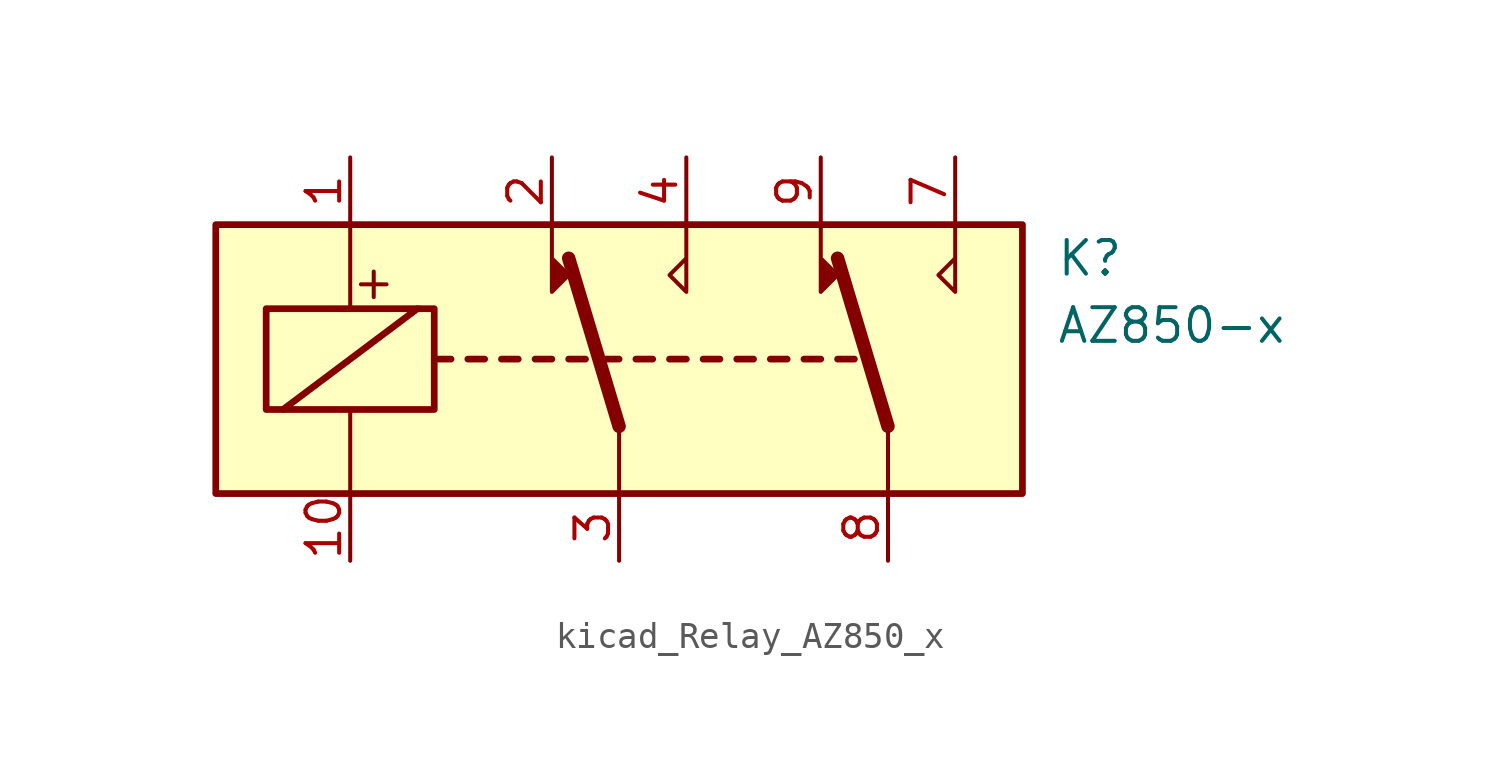
<source format=kicad_sym>
(kicad_symbol_lib
  (version 20220914)
  (generator kicad_symbol_editor)
  (symbol "kicad_Relay_AZ850_x"
    (property "Reference" "K"
      (at 16.51 3.81 0)
      (effects (font (size 1.27 1.27)) (justify left)))
    (property "Value" "AZ850-x"
      (at 16.51 1.27 0)
      (effects (font (size 1.27 1.27)) (justify left)))
    (symbol "kicad_Relay_AZ850_x_0_0"
      (text "+" (at -9.271 2.921 0) (effects (font (size 1.27 1.27)))))
    (symbol "kicad_Relay_AZ850_x_0_1"
      (rectangle (start -15.24 5.08) (end 15.24 -5.08) (stroke (width 0.254) (type default)) (fill (type background)))
      (rectangle (start -13.335 1.905) (end -6.985 -1.905) (stroke (width 0.254) (type default)) (fill (type none)))
      (polyline (pts (xy -12.7 -1.905) (xy -7.62 1.905)) (stroke (width 0.254) (type default)) (fill (type none)))
      (polyline (pts (xy -10.16 -5.08) (xy -10.16 -1.905)) (stroke (width 0) (type default)) (fill (type none)))
      (polyline (pts (xy -10.16 5.08) (xy -10.16 1.905)) (stroke (width 0) (type default)) (fill (type none)))
      (polyline (pts (xy -6.985 0) (xy -6.35 0)) (stroke (width 0.254) (type default)) (fill (type none)))
      (polyline (pts (xy -5.715 0) (xy -5.08 0)) (stroke (width 0.254) (type default)) (fill (type none)))
      (polyline (pts (xy -4.445 0) (xy -3.81 0)) (stroke (width 0.254) (type default)) (fill (type none)))
      (polyline (pts (xy -3.175 0) (xy -2.54 0)) (stroke (width 0.254) (type default)) (fill (type none)))
      (polyline (pts (xy -1.905 0) (xy -1.27 0)) (stroke (width 0.254) (type default)) (fill (type none)))
      (polyline (pts (xy -0.635 0) (xy 0 0)) (stroke (width 0.254) (type default)) (fill (type none)))
      (polyline (pts (xy 0 -2.54) (xy -1.905 3.81)) (stroke (width 0.508) (type default)) (fill (type none)))
      (polyline (pts (xy 0 -2.54) (xy 0 -5.08)) (stroke (width 0) (type default)) (fill (type none)))
      (polyline (pts (xy 0.635 0) (xy 1.27 0)) (stroke (width 0.254) (type default)) (fill (type none)))
      (polyline (pts (xy 1.905 0) (xy 2.54 0)) (stroke (width 0.254) (type default)) (fill (type none)))
      (polyline (pts (xy 3.175 0) (xy 3.81 0)) (stroke (width 0.254) (type default)) (fill (type none)))
      (polyline (pts (xy 4.445 0) (xy 5.08 0)) (stroke (width 0.254) (type default)) (fill (type none)))
      (polyline (pts (xy 5.715 0) (xy 6.35 0)) (stroke (width 0.254) (type default)) (fill (type none)))
      (polyline (pts (xy 6.985 0) (xy 7.62 0)) (stroke (width 0.254) (type default)) (fill (type none)))
      (polyline (pts (xy 8.255 0) (xy 8.89 0)) (stroke (width 0.254) (type default)) (fill (type none)))
      (polyline (pts (xy 10.16 -2.54) (xy 8.255 3.81)) (stroke (width 0.508) (type default)) (fill (type none)))
      (polyline (pts (xy 10.16 -2.54) (xy 10.16 -5.08)) (stroke (width 0) (type default)) (fill (type none)))
      (polyline (pts (xy -2.54 5.08) (xy -2.54 2.54) (xy -1.905 3.175) (xy -2.54 3.81)) (stroke (width 0) (type default)) (fill (type outline)))
      (polyline (pts (xy 2.54 5.08) (xy 2.54 2.54) (xy 1.905 3.175) (xy 2.54 3.81)) (stroke (width 0) (type default)) (fill (type none)))
      (polyline (pts (xy 7.62 5.08) (xy 7.62 2.54) (xy 8.255 3.175) (xy 7.62 3.81)) (stroke (width 0) (type default)) (fill (type outline)))
      (polyline (pts (xy 12.7 5.08) (xy 12.7 2.54) (xy 12.065 3.175) (xy 12.7 3.81)) (stroke (width 0) (type default)) (fill (type none))))
    (symbol "kicad_Relay_AZ850_x_1_1"
      (pin passive line (at -10.16 7.62 270) (length 2.54) (name "~" (effects (font (size 1.27 1.27)))) (number "1" (effects (font (size 1.27 1.27)))))
      (pin passive line (at -10.16 -7.62 90) (length 2.54) (name "~" (effects (font (size 1.27 1.27)))) (number "10" (effects (font (size 1.27 1.27)))))
      (pin passive line (at -2.54 7.62 270) (length 2.54) (name "~" (effects (font (size 1.27 1.27)))) (number "2" (effects (font (size 1.27 1.27)))))
      (pin passive line (at 0 -7.62 90) (length 2.54) (name "~" (effects (font (size 1.27 1.27)))) (number "3" (effects (font (size 1.27 1.27)))))
      (pin passive line (at 2.54 7.62 270) (length 2.54) (name "~" (effects (font (size 1.27 1.27)))) (number "4" (effects (font (size 1.27 1.27)))))
      (pin passive line (at 12.7 7.62 270) (length 2.54) (name "~" (effects (font (size 1.27 1.27)))) (number "7" (effects (font (size 1.27 1.27)))))
      (pin passive line (at 10.16 -7.62 90) (length 2.54) (name "~" (effects (font (size 1.27 1.27)))) (number "8" (effects (font (size 1.27 1.27)))))
      (pin passive line (at 7.62 7.62 270) (length 2.54) (name "~" (effects (font (size 1.27 1.27)))) (number "9" (effects (font (size 1.27 1.27))))))))
</source>
